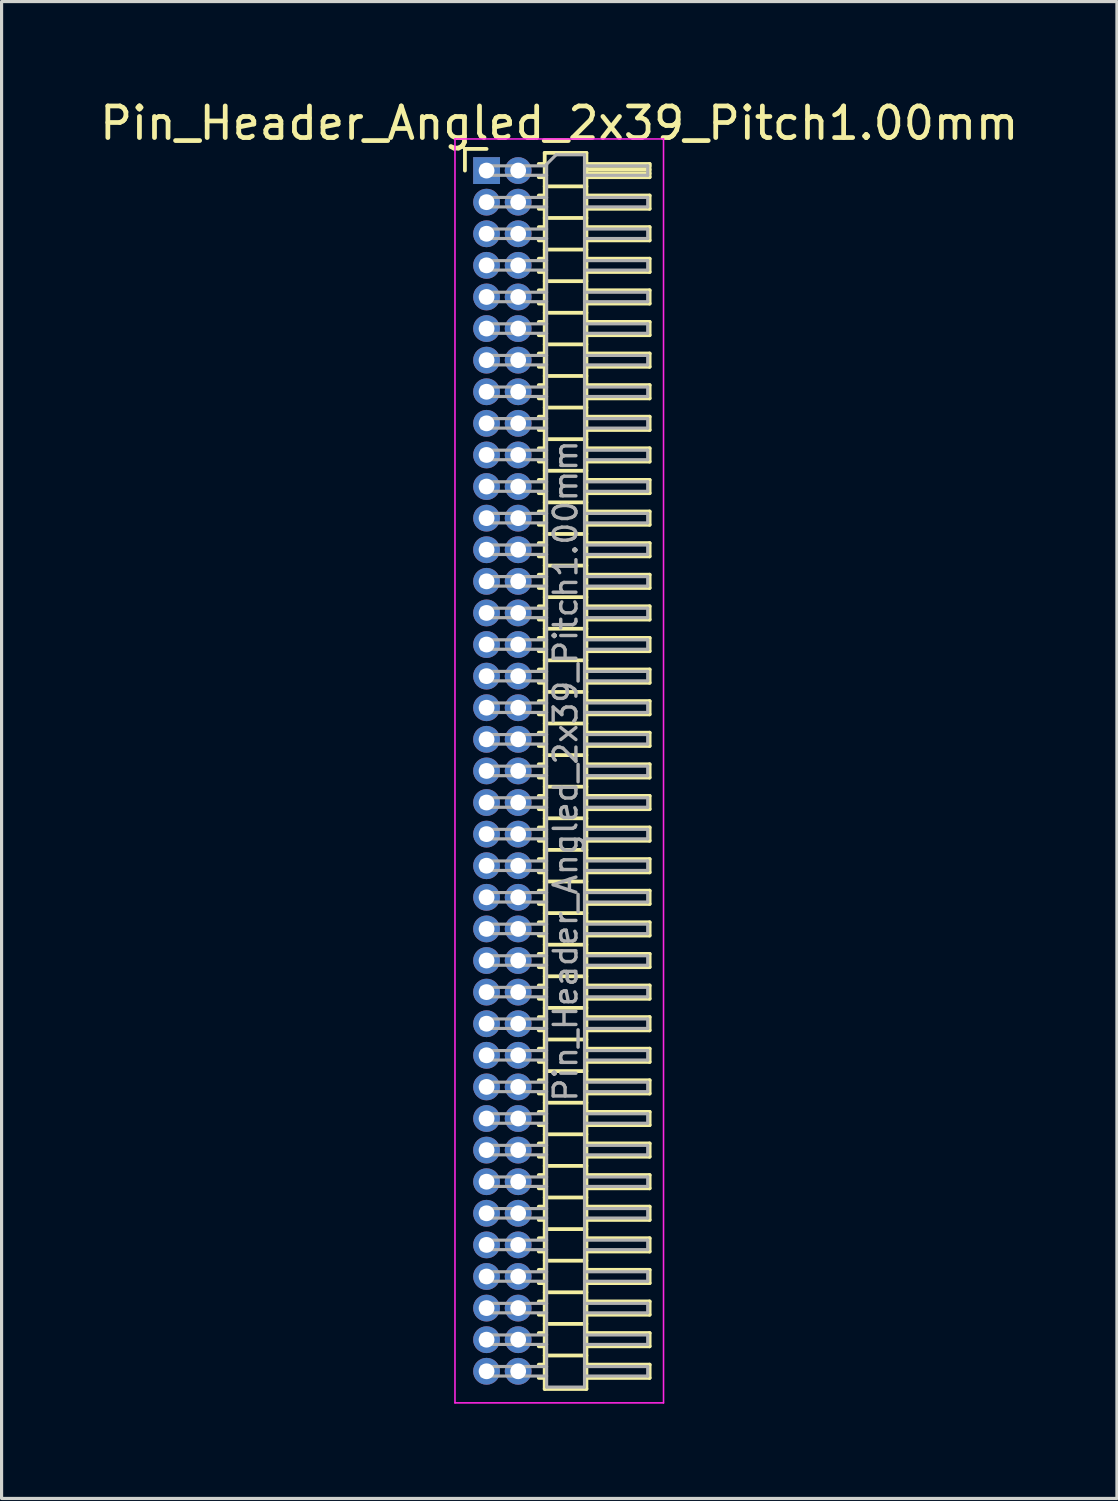
<source format=kicad_pcb>
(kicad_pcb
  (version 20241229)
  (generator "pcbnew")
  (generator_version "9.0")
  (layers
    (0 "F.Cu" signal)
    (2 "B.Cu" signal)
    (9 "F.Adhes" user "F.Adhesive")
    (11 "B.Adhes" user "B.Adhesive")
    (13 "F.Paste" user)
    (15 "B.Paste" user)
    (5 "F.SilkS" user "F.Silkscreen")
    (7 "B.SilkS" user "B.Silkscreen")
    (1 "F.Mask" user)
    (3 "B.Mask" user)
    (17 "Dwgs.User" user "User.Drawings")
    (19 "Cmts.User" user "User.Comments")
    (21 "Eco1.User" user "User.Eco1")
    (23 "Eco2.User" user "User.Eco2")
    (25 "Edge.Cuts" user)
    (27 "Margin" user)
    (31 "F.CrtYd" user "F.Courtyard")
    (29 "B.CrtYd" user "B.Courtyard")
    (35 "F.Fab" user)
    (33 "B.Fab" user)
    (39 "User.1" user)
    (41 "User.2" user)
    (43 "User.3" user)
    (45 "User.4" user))
  (footprint "Pin_Header_Angled_2x39_Pitch1.00mm"
    (layer "F.Cu")
    (at 12.349 2.348)
    (property "Reference" "Pin_Header_Angled_2x39_Pitch1.00mm" (at 2.3 -1.5 0) (layer "F.SilkS") (effects (font (size 1 1) (thickness 0.15))))
    (attr through_hole)
    (fp_line (start -0.685 -0.685) (end 0 -0.685) (stroke (width 0.12) (type solid)) (layer "F.SilkS"))
    (fp_line (start -0.685 0) (end -0.685 -0.685) (stroke (width 0.12) (type solid)) (layer "F.SilkS"))
    (fp_line (start 1.652 -0.21) (end 1.84 -0.21) (stroke (width 0.12) (type solid)) (layer "F.SilkS"))
    (fp_line (start 1.652 0.21) (end 1.84 0.21) (stroke (width 0.12) (type solid)) (layer "F.SilkS"))
    (fp_line (start 1.652 0.79) (end 1.84 0.79) (stroke (width 0.12) (type solid)) (layer "F.SilkS"))
    (fp_line (start 1.652 1.21) (end 1.84 1.21) (stroke (width 0.12) (type solid)) (layer "F.SilkS"))
    (fp_line (start 1.652 1.79) (end 1.84 1.79) (stroke (width 0.12) (type solid)) (layer "F.SilkS"))
    (fp_line (start 1.652 2.21) (end 1.84 2.21) (stroke (width 0.12) (type solid)) (layer "F.SilkS"))
    (fp_line (start 1.652 2.79) (end 1.84 2.79) (stroke (width 0.12) (type solid)) (layer "F.SilkS"))
    (fp_line (start 1.652 3.21) (end 1.84 3.21) (stroke (width 0.12) (type solid)) (layer "F.SilkS"))
    (fp_line (start 1.652 3.79) (end 1.84 3.79) (stroke (width 0.12) (type solid)) (layer "F.SilkS"))
    (fp_line (start 1.652 4.21) (end 1.84 4.21) (stroke (width 0.12) (type solid)) (layer "F.SilkS"))
    (fp_line (start 1.652 4.79) (end 1.84 4.79) (stroke (width 0.12) (type solid)) (layer "F.SilkS"))
    (fp_line (start 1.652 5.21) (end 1.84 5.21) (stroke (width 0.12) (type solid)) (layer "F.SilkS"))
    (fp_line (start 1.652 5.79) (end 1.84 5.79) (stroke (width 0.12) (type solid)) (layer "F.SilkS"))
    (fp_line (start 1.652 6.21) (end 1.84 6.21) (stroke (width 0.12) (type solid)) (layer "F.SilkS"))
    (fp_line (start 1.652 6.79) (end 1.84 6.79) (stroke (width 0.12) (type solid)) (layer "F.SilkS"))
    (fp_line (start 1.652 7.21) (end 1.84 7.21) (stroke (width 0.12) (type solid)) (layer "F.SilkS"))
    (fp_line (start 1.652 7.79) (end 1.84 7.79) (stroke (width 0.12) (type solid)) (layer "F.SilkS"))
    (fp_line (start 1.652 8.21) (end 1.84 8.21) (stroke (width 0.12) (type solid)) (layer "F.SilkS"))
    (fp_line (start 1.652 8.79) (end 1.84 8.79) (stroke (width 0.12) (type solid)) (layer "F.SilkS"))
    (fp_line (start 1.652 9.21) (end 1.84 9.21) (stroke (width 0.12) (type solid)) (layer "F.SilkS"))
    (fp_line (start 1.652 9.79) (end 1.84 9.79) (stroke (width 0.12) (type solid)) (layer "F.SilkS"))
    (fp_line (start 1.652 10.21) (end 1.84 10.21) (stroke (width 0.12) (type solid)) (layer "F.SilkS"))
    (fp_line (start 1.652 10.79) (end 1.84 10.79) (stroke (width 0.12) (type solid)) (layer "F.SilkS"))
    (fp_line (start 1.652 11.21) (end 1.84 11.21) (stroke (width 0.12) (type solid)) (layer "F.SilkS"))
    (fp_line (start 1.652 11.79) (end 1.84 11.79) (stroke (width 0.12) (type solid)) (layer "F.SilkS"))
    (fp_line (start 1.652 12.21) (end 1.84 12.21) (stroke (width 0.12) (type solid)) (layer "F.SilkS"))
    (fp_line (start 1.652 12.79) (end 1.84 12.79) (stroke (width 0.12) (type solid)) (layer "F.SilkS"))
    (fp_line (start 1.652 13.21) (end 1.84 13.21) (stroke (width 0.12) (type solid)) (layer "F.SilkS"))
    (fp_line (start 1.652 13.79) (end 1.84 13.79) (stroke (width 0.12) (type solid)) (layer "F.SilkS"))
    (fp_line (start 1.652 14.21) (end 1.84 14.21) (stroke (width 0.12) (type solid)) (layer "F.SilkS"))
    (fp_line (start 1.652 14.79) (end 1.84 14.79) (stroke (width 0.12) (type solid)) (layer "F.SilkS"))
    (fp_line (start 1.652 15.21) (end 1.84 15.21) (stroke (width 0.12) (type solid)) (layer "F.SilkS"))
    (fp_line (start 1.652 15.79) (end 1.84 15.79) (stroke (width 0.12) (type solid)) (layer "F.SilkS"))
    (fp_line (start 1.652 16.21) (end 1.84 16.21) (stroke (width 0.12) (type solid)) (layer "F.SilkS"))
    (fp_line (start 1.652 16.79) (end 1.84 16.79) (stroke (width 0.12) (type solid)) (layer "F.SilkS"))
    (fp_line (start 1.652 17.21) (end 1.84 17.21) (stroke (width 0.12) (type solid)) (layer "F.SilkS"))
    (fp_line (start 1.652 17.79) (end 1.84 17.79) (stroke (width 0.12) (type solid)) (layer "F.SilkS"))
    (fp_line (start 1.652 18.21) (end 1.84 18.21) (stroke (width 0.12) (type solid)) (layer "F.SilkS"))
    (fp_line (start 1.652 18.79) (end 1.84 18.79) (stroke (width 0.12) (type solid)) (layer "F.SilkS"))
    (fp_line (start 1.652 19.21) (end 1.84 19.21) (stroke (width 0.12) (type solid)) (layer "F.SilkS"))
    (fp_line (start 1.652 19.79) (end 1.84 19.79) (stroke (width 0.12) (type solid)) (layer "F.SilkS"))
    (fp_line (start 1.652 20.21) (end 1.84 20.21) (stroke (width 0.12) (type solid)) (layer "F.SilkS"))
    (fp_line (start 1.652 20.79) (end 1.84 20.79) (stroke (width 0.12) (type solid)) (layer "F.SilkS"))
    (fp_line (start 1.652 21.21) (end 1.84 21.21) (stroke (width 0.12) (type solid)) (layer "F.SilkS"))
    (fp_line (start 1.652 21.79) (end 1.84 21.79) (stroke (width 0.12) (type solid)) (layer "F.SilkS"))
    (fp_line (start 1.652 22.21) (end 1.84 22.21) (stroke (width 0.12) (type solid)) (layer "F.SilkS"))
    (fp_line (start 1.652 22.79) (end 1.84 22.79) (stroke (width 0.12) (type solid)) (layer "F.SilkS"))
    (fp_line (start 1.652 23.21) (end 1.84 23.21) (stroke (width 0.12) (type solid)) (layer "F.SilkS"))
    (fp_line (start 1.652 23.79) (end 1.84 23.79) (stroke (width 0.12) (type solid)) (layer "F.SilkS"))
    (fp_line (start 1.652 24.21) (end 1.84 24.21) (stroke (width 0.12) (type solid)) (layer "F.SilkS"))
    (fp_line (start 1.652 24.79) (end 1.84 24.79) (stroke (width 0.12) (type solid)) (layer "F.SilkS"))
    (fp_line (start 1.652 25.21) (end 1.84 25.21) (stroke (width 0.12) (type solid)) (layer "F.SilkS"))
    (fp_line (start 1.652 25.79) (end 1.84 25.79) (stroke (width 0.12) (type solid)) (layer "F.SilkS"))
    (fp_line (start 1.652 26.21) (end 1.84 26.21) (stroke (width 0.12) (type solid)) (layer "F.SilkS"))
    (fp_line (start 1.652 26.79) (end 1.84 26.79) (stroke (width 0.12) (type solid)) (layer "F.SilkS"))
    (fp_line (start 1.652 27.21) (end 1.84 27.21) (stroke (width 0.12) (type solid)) (layer "F.SilkS"))
    (fp_line (start 1.652 27.79) (end 1.84 27.79) (stroke (width 0.12) (type solid)) (layer "F.SilkS"))
    (fp_line (start 1.652 28.21) (end 1.84 28.21) (stroke (width 0.12) (type solid)) (layer "F.SilkS"))
    (fp_line (start 1.652 28.79) (end 1.84 28.79) (stroke (width 0.12) (type solid)) (layer "F.SilkS"))
    (fp_line (start 1.652 29.21) (end 1.84 29.21) (stroke (width 0.12) (type solid)) (layer "F.SilkS"))
    (fp_line (start 1.652 29.79) (end 1.84 29.79) (stroke (width 0.12) (type solid)) (layer "F.SilkS"))
    (fp_line (start 1.652 30.21) (end 1.84 30.21) (stroke (width 0.12) (type solid)) (layer "F.SilkS"))
    (fp_line (start 1.652 30.79) (end 1.84 30.79) (stroke (width 0.12) (type solid)) (layer "F.SilkS"))
    (fp_line (start 1.652 31.21) (end 1.84 31.21) (stroke (width 0.12) (type solid)) (layer "F.SilkS"))
    (fp_line (start 1.652 31.79) (end 1.84 31.79) (stroke (width 0.12) (type solid)) (layer "F.SilkS"))
    (fp_line (start 1.652 32.21) (end 1.84 32.21) (stroke (width 0.12) (type solid)) (layer "F.SilkS"))
    (fp_line (start 1.652 32.79) (end 1.84 32.79) (stroke (width 0.12) (type solid)) (layer "F.SilkS"))
    (fp_line (start 1.652 33.21) (end 1.84 33.21) (stroke (width 0.12) (type solid)) (layer "F.SilkS"))
    (fp_line (start 1.652 33.79) (end 1.84 33.79) (stroke (width 0.12) (type solid)) (layer "F.SilkS"))
    (fp_line (start 1.652 34.21) (end 1.84 34.21) (stroke (width 0.12) (type solid)) (layer "F.SilkS"))
    (fp_line (start 1.652 34.79) (end 1.84 34.79) (stroke (width 0.12) (type solid)) (layer "F.SilkS"))
    (fp_line (start 1.652 35.21) (end 1.84 35.21) (stroke (width 0.12) (type solid)) (layer "F.SilkS"))
    (fp_line (start 1.652 35.79) (end 1.84 35.79) (stroke (width 0.12) (type solid)) (layer "F.SilkS"))
    (fp_line (start 1.652 36.21) (end 1.84 36.21) (stroke (width 0.12) (type solid)) (layer "F.SilkS"))
    (fp_line (start 1.652 36.79) (end 1.84 36.79) (stroke (width 0.12) (type solid)) (layer "F.SilkS"))
    (fp_line (start 1.652 37.21) (end 1.84 37.21) (stroke (width 0.12) (type solid)) (layer "F.SilkS"))
    (fp_line (start 1.652 37.79) (end 1.84 37.79) (stroke (width 0.12) (type solid)) (layer "F.SilkS"))
    (fp_line (start 1.652 38.21) (end 1.84 38.21) (stroke (width 0.12) (type solid)) (layer "F.SilkS"))
    (fp_line (start 1.84 -0.56) (end 1.84 38.56) (stroke (width 0.12) (type solid)) (layer "F.SilkS"))
    (fp_line (start 1.84 0.5) (end 3.16 0.5) (stroke (width 0.12) (type solid)) (layer "F.SilkS"))
    (fp_line (start 1.84 1.5) (end 3.16 1.5) (stroke (width 0.12) (type solid)) (layer "F.SilkS"))
    (fp_line (start 1.84 2.5) (end 3.16 2.5) (stroke (width 0.12) (type solid)) (layer "F.SilkS"))
    (fp_line (start 1.84 3.5) (end 3.16 3.5) (stroke (width 0.12) (type solid)) (layer "F.SilkS"))
    (fp_line (start 1.84 4.5) (end 3.16 4.5) (stroke (width 0.12) (type solid)) (layer "F.SilkS"))
    (fp_line (start 1.84 5.5) (end 3.16 5.5) (stroke (width 0.12) (type solid)) (layer "F.SilkS"))
    (fp_line (start 1.84 6.5) (end 3.16 6.5) (stroke (width 0.12) (type solid)) (layer "F.SilkS"))
    (fp_line (start 1.84 7.5) (end 3.16 7.5) (stroke (width 0.12) (type solid)) (layer "F.SilkS"))
    (fp_line (start 1.84 8.5) (end 3.16 8.5) (stroke (width 0.12) (type solid)) (layer "F.SilkS"))
    (fp_line (start 1.84 9.5) (end 3.16 9.5) (stroke (width 0.12) (type solid)) (layer "F.SilkS"))
    (fp_line (start 1.84 10.5) (end 3.16 10.5) (stroke (width 0.12) (type solid)) (layer "F.SilkS"))
    (fp_line (start 1.84 11.5) (end 3.16 11.5) (stroke (width 0.12) (type solid)) (layer "F.SilkS"))
    (fp_line (start 1.84 12.5) (end 3.16 12.5) (stroke (width 0.12) (type solid)) (layer "F.SilkS"))
    (fp_line (start 1.84 13.5) (end 3.16 13.5) (stroke (width 0.12) (type solid)) (layer "F.SilkS"))
    (fp_line (start 1.84 14.5) (end 3.16 14.5) (stroke (width 0.12) (type solid)) (layer "F.SilkS"))
    (fp_line (start 1.84 15.5) (end 3.16 15.5) (stroke (width 0.12) (type solid)) (layer "F.SilkS"))
    (fp_line (start 1.84 16.5) (end 3.16 16.5) (stroke (width 0.12) (type solid)) (layer "F.SilkS"))
    (fp_line (start 1.84 17.5) (end 3.16 17.5) (stroke (width 0.12) (type solid)) (layer "F.SilkS"))
    (fp_line (start 1.84 18.5) (end 3.16 18.5) (stroke (width 0.12) (type solid)) (layer "F.SilkS"))
    (fp_line (start 1.84 19.5) (end 3.16 19.5) (stroke (width 0.12) (type solid)) (layer "F.SilkS"))
    (fp_line (start 1.84 20.5) (end 3.16 20.5) (stroke (width 0.12) (type solid)) (layer "F.SilkS"))
    (fp_line (start 1.84 21.5) (end 3.16 21.5) (stroke (width 0.12) (type solid)) (layer "F.SilkS"))
    (fp_line (start 1.84 22.5) (end 3.16 22.5) (stroke (width 0.12) (type solid)) (layer "F.SilkS"))
    (fp_line (start 1.84 23.5) (end 3.16 23.5) (stroke (width 0.12) (type solid)) (layer "F.SilkS"))
    (fp_line (start 1.84 24.5) (end 3.16 24.5) (stroke (width 0.12) (type solid)) (layer "F.SilkS"))
    (fp_line (start 1.84 25.5) (end 3.16 25.5) (stroke (width 0.12) (type solid)) (layer "F.SilkS"))
    (fp_line (start 1.84 26.5) (end 3.16 26.5) (stroke (width 0.12) (type solid)) (layer "F.SilkS"))
    (fp_line (start 1.84 27.5) (end 3.16 27.5) (stroke (width 0.12) (type solid)) (layer "F.SilkS"))
    (fp_line (start 1.84 28.5) (end 3.16 28.5) (stroke (width 0.12) (type solid)) (layer "F.SilkS"))
    (fp_line (start 1.84 29.5) (end 3.16 29.5) (stroke (width 0.12) (type solid)) (layer "F.SilkS"))
    (fp_line (start 1.84 30.5) (end 3.16 30.5) (stroke (width 0.12) (type solid)) (layer "F.SilkS"))
    (fp_line (start 1.84 31.5) (end 3.16 31.5) (stroke (width 0.12) (type solid)) (layer "F.SilkS"))
    (fp_line (start 1.84 32.5) (end 3.16 32.5) (stroke (width 0.12) (type solid)) (layer "F.SilkS"))
    (fp_line (start 1.84 33.5) (end 3.16 33.5) (stroke (width 0.12) (type solid)) (layer "F.SilkS"))
    (fp_line (start 1.84 34.5) (end 3.16 34.5) (stroke (width 0.12) (type solid)) (layer "F.SilkS"))
    (fp_line (start 1.84 35.5) (end 3.16 35.5) (stroke (width 0.12) (type solid)) (layer "F.SilkS"))
    (fp_line (start 1.84 36.5) (end 3.16 36.5) (stroke (width 0.12) (type solid)) (layer "F.SilkS"))
    (fp_line (start 1.84 37.5) (end 3.16 37.5) (stroke (width 0.12) (type solid)) (layer "F.SilkS"))
    (fp_line (start 1.84 38.56) (end 3.16 38.56) (stroke (width 0.12) (type solid)) (layer "F.SilkS"))
    (fp_line (start 3.16 -0.56) (end 1.84 -0.56) (stroke (width 0.12) (type solid)) (layer "F.SilkS"))
    (fp_line (start 3.16 -0.21) (end 5.16 -0.21) (stroke (width 0.12) (type solid)) (layer "F.SilkS"))
    (fp_line (start 3.16 -0.15) (end 5.16 -0.15) (stroke (width 0.12) (type solid)) (layer "F.SilkS"))
    (fp_line (start 3.16 -0.03) (end 5.16 -0.03) (stroke (width 0.12) (type solid)) (layer "F.SilkS"))
    (fp_line (start 3.16 0.09) (end 5.16 0.09) (stroke (width 0.12) (type solid)) (layer "F.SilkS"))
    (fp_line (start 3.16 0.79) (end 5.16 0.79) (stroke (width 0.12) (type solid)) (layer "F.SilkS"))
    (fp_line (start 3.16 1.79) (end 5.16 1.79) (stroke (width 0.12) (type solid)) (layer "F.SilkS"))
    (fp_line (start 3.16 2.79) (end 5.16 2.79) (stroke (width 0.12) (type solid)) (layer "F.SilkS"))
    (fp_line (start 3.16 3.79) (end 5.16 3.79) (stroke (width 0.12) (type solid)) (layer "F.SilkS"))
    (fp_line (start 3.16 4.79) (end 5.16 4.79) (stroke (width 0.12) (type solid)) (layer "F.SilkS"))
    (fp_line (start 3.16 5.79) (end 5.16 5.79) (stroke (width 0.12) (type solid)) (layer "F.SilkS"))
    (fp_line (start 3.16 6.79) (end 5.16 6.79) (stroke (width 0.12) (type solid)) (layer "F.SilkS"))
    (fp_line (start 3.16 7.79) (end 5.16 7.79) (stroke (width 0.12) (type solid)) (layer "F.SilkS"))
    (fp_line (start 3.16 8.79) (end 5.16 8.79) (stroke (width 0.12) (type solid)) (layer "F.SilkS"))
    (fp_line (start 3.16 9.79) (end 5.16 9.79) (stroke (width 0.12) (type solid)) (layer "F.SilkS"))
    (fp_line (start 3.16 10.79) (end 5.16 10.79) (stroke (width 0.12) (type solid)) (layer "F.SilkS"))
    (fp_line (start 3.16 11.79) (end 5.16 11.79) (stroke (width 0.12) (type solid)) (layer "F.SilkS"))
    (fp_line (start 3.16 12.79) (end 5.16 12.79) (stroke (width 0.12) (type solid)) (layer "F.SilkS"))
    (fp_line (start 3.16 13.79) (end 5.16 13.79) (stroke (width 0.12) (type solid)) (layer "F.SilkS"))
    (fp_line (start 3.16 14.79) (end 5.16 14.79) (stroke (width 0.12) (type solid)) (layer "F.SilkS"))
    (fp_line (start 3.16 15.79) (end 5.16 15.79) (stroke (width 0.12) (type solid)) (layer "F.SilkS"))
    (fp_line (start 3.16 16.79) (end 5.16 16.79) (stroke (width 0.12) (type solid)) (layer "F.SilkS"))
    (fp_line (start 3.16 17.79) (end 5.16 17.79) (stroke (width 0.12) (type solid)) (layer "F.SilkS"))
    (fp_line (start 3.16 18.79) (end 5.16 18.79) (stroke (width 0.12) (type solid)) (layer "F.SilkS"))
    (fp_line (start 3.16 19.79) (end 5.16 19.79) (stroke (width 0.12) (type solid)) (layer "F.SilkS"))
    (fp_line (start 3.16 20.79) (end 5.16 20.79) (stroke (width 0.12) (type solid)) (layer "F.SilkS"))
    (fp_line (start 3.16 21.79) (end 5.16 21.79) (stroke (width 0.12) (type solid)) (layer "F.SilkS"))
    (fp_line (start 3.16 22.79) (end 5.16 22.79) (stroke (width 0.12) (type solid)) (layer "F.SilkS"))
    (fp_line (start 3.16 23.79) (end 5.16 23.79) (stroke (width 0.12) (type solid)) (layer "F.SilkS"))
    (fp_line (start 3.16 24.79) (end 5.16 24.79) (stroke (width 0.12) (type solid)) (layer "F.SilkS"))
    (fp_line (start 3.16 25.79) (end 5.16 25.79) (stroke (width 0.12) (type solid)) (layer "F.SilkS"))
    (fp_line (start 3.16 26.79) (end 5.16 26.79) (stroke (width 0.12) (type solid)) (layer "F.SilkS"))
    (fp_line (start 3.16 27.79) (end 5.16 27.79) (stroke (width 0.12) (type solid)) (layer "F.SilkS"))
    (fp_line (start 3.16 28.79) (end 5.16 28.79) (stroke (width 0.12) (type solid)) (layer "F.SilkS"))
    (fp_line (start 3.16 29.79) (end 5.16 29.79) (stroke (width 0.12) (type solid)) (layer "F.SilkS"))
    (fp_line (start 3.16 30.79) (end 5.16 30.79) (stroke (width 0.12) (type solid)) (layer "F.SilkS"))
    (fp_line (start 3.16 31.79) (end 5.16 31.79) (stroke (width 0.12) (type solid)) (layer "F.SilkS"))
    (fp_line (start 3.16 32.79) (end 5.16 32.79) (stroke (width 0.12) (type solid)) (layer "F.SilkS"))
    (fp_line (start 3.16 33.79) (end 5.16 33.79) (stroke (width 0.12) (type solid)) (layer "F.SilkS"))
    (fp_line (start 3.16 34.79) (end 5.16 34.79) (stroke (width 0.12) (type solid)) (layer "F.SilkS"))
    (fp_line (start 3.16 35.79) (end 5.16 35.79) (stroke (width 0.12) (type solid)) (layer "F.SilkS"))
    (fp_line (start 3.16 36.79) (end 5.16 36.79) (stroke (width 0.12) (type solid)) (layer "F.SilkS"))
    (fp_line (start 3.16 37.79) (end 5.16 37.79) (stroke (width 0.12) (type solid)) (layer "F.SilkS"))
    (fp_line (start 3.16 38.56) (end 3.16 -0.56) (stroke (width 0.12) (type solid)) (layer "F.SilkS"))
    (fp_line (start 5.16 -0.21) (end 5.16 0.21) (stroke (width 0.12) (type solid)) (layer "F.SilkS"))
    (fp_line (start 5.16 0.21) (end 3.16 0.21) (stroke (width 0.12) (type solid)) (layer "F.SilkS"))
    (fp_line (start 5.16 0.79) (end 5.16 1.21) (stroke (width 0.12) (type solid)) (layer "F.SilkS"))
    (fp_line (start 5.16 1.21) (end 3.16 1.21) (stroke (width 0.12) (type solid)) (layer "F.SilkS"))
    (fp_line (start 5.16 1.79) (end 5.16 2.21) (stroke (width 0.12) (type solid)) (layer "F.SilkS"))
    (fp_line (start 5.16 2.21) (end 3.16 2.21) (stroke (width 0.12) (type solid)) (layer "F.SilkS"))
    (fp_line (start 5.16 2.79) (end 5.16 3.21) (stroke (width 0.12) (type solid)) (layer "F.SilkS"))
    (fp_line (start 5.16 3.21) (end 3.16 3.21) (stroke (width 0.12) (type solid)) (layer "F.SilkS"))
    (fp_line (start 5.16 3.79) (end 5.16 4.21) (stroke (width 0.12) (type solid)) (layer "F.SilkS"))
    (fp_line (start 5.16 4.21) (end 3.16 4.21) (stroke (width 0.12) (type solid)) (layer "F.SilkS"))
    (fp_line (start 5.16 4.79) (end 5.16 5.21) (stroke (width 0.12) (type solid)) (layer "F.SilkS"))
    (fp_line (start 5.16 5.21) (end 3.16 5.21) (stroke (width 0.12) (type solid)) (layer "F.SilkS"))
    (fp_line (start 5.16 5.79) (end 5.16 6.21) (stroke (width 0.12) (type solid)) (layer "F.SilkS"))
    (fp_line (start 5.16 6.21) (end 3.16 6.21) (stroke (width 0.12) (type solid)) (layer "F.SilkS"))
    (fp_line (start 5.16 6.79) (end 5.16 7.21) (stroke (width 0.12) (type solid)) (layer "F.SilkS"))
    (fp_line (start 5.16 7.21) (end 3.16 7.21) (stroke (width 0.12) (type solid)) (layer "F.SilkS"))
    (fp_line (start 5.16 7.79) (end 5.16 8.21) (stroke (width 0.12) (type solid)) (layer "F.SilkS"))
    (fp_line (start 5.16 8.21) (end 3.16 8.21) (stroke (width 0.12) (type solid)) (layer "F.SilkS"))
    (fp_line (start 5.16 8.79) (end 5.16 9.21) (stroke (width 0.12) (type solid)) (layer "F.SilkS"))
    (fp_line (start 5.16 9.21) (end 3.16 9.21) (stroke (width 0.12) (type solid)) (layer "F.SilkS"))
    (fp_line (start 5.16 9.79) (end 5.16 10.21) (stroke (width 0.12) (type solid)) (layer "F.SilkS"))
    (fp_line (start 5.16 10.21) (end 3.16 10.21) (stroke (width 0.12) (type solid)) (layer "F.SilkS"))
    (fp_line (start 5.16 10.79) (end 5.16 11.21) (stroke (width 0.12) (type solid)) (layer "F.SilkS"))
    (fp_line (start 5.16 11.21) (end 3.16 11.21) (stroke (width 0.12) (type solid)) (layer "F.SilkS"))
    (fp_line (start 5.16 11.79) (end 5.16 12.21) (stroke (width 0.12) (type solid)) (layer "F.SilkS"))
    (fp_line (start 5.16 12.21) (end 3.16 12.21) (stroke (width 0.12) (type solid)) (layer "F.SilkS"))
    (fp_line (start 5.16 12.79) (end 5.16 13.21) (stroke (width 0.12) (type solid)) (layer "F.SilkS"))
    (fp_line (start 5.16 13.21) (end 3.16 13.21) (stroke (width 0.12) (type solid)) (layer "F.SilkS"))
    (fp_line (start 5.16 13.79) (end 5.16 14.21) (stroke (width 0.12) (type solid)) (layer "F.SilkS"))
    (fp_line (start 5.16 14.21) (end 3.16 14.21) (stroke (width 0.12) (type solid)) (layer "F.SilkS"))
    (fp_line (start 5.16 14.79) (end 5.16 15.21) (stroke (width 0.12) (type solid)) (layer "F.SilkS"))
    (fp_line (start 5.16 15.21) (end 3.16 15.21) (stroke (width 0.12) (type solid)) (layer "F.SilkS"))
    (fp_line (start 5.16 15.79) (end 5.16 16.21) (stroke (width 0.12) (type solid)) (layer "F.SilkS"))
    (fp_line (start 5.16 16.21) (end 3.16 16.21) (stroke (width 0.12) (type solid)) (layer "F.SilkS"))
    (fp_line (start 5.16 16.79) (end 5.16 17.21) (stroke (width 0.12) (type solid)) (layer "F.SilkS"))
    (fp_line (start 5.16 17.21) (end 3.16 17.21) (stroke (width 0.12) (type solid)) (layer "F.SilkS"))
    (fp_line (start 5.16 17.79) (end 5.16 18.21) (stroke (width 0.12) (type solid)) (layer "F.SilkS"))
    (fp_line (start 5.16 18.21) (end 3.16 18.21) (stroke (width 0.12) (type solid)) (layer "F.SilkS"))
    (fp_line (start 5.16 18.79) (end 5.16 19.21) (stroke (width 0.12) (type solid)) (layer "F.SilkS"))
    (fp_line (start 5.16 19.21) (end 3.16 19.21) (stroke (width 0.12) (type solid)) (layer "F.SilkS"))
    (fp_line (start 5.16 19.79) (end 5.16 20.21) (stroke (width 0.12) (type solid)) (layer "F.SilkS"))
    (fp_line (start 5.16 20.21) (end 3.16 20.21) (stroke (width 0.12) (type solid)) (layer "F.SilkS"))
    (fp_line (start 5.16 20.79) (end 5.16 21.21) (stroke (width 0.12) (type solid)) (layer "F.SilkS"))
    (fp_line (start 5.16 21.21) (end 3.16 21.21) (stroke (width 0.12) (type solid)) (layer "F.SilkS"))
    (fp_line (start 5.16 21.79) (end 5.16 22.21) (stroke (width 0.12) (type solid)) (layer "F.SilkS"))
    (fp_line (start 5.16 22.21) (end 3.16 22.21) (stroke (width 0.12) (type solid)) (layer "F.SilkS"))
    (fp_line (start 5.16 22.79) (end 5.16 23.21) (stroke (width 0.12) (type solid)) (layer "F.SilkS"))
    (fp_line (start 5.16 23.21) (end 3.16 23.21) (stroke (width 0.12) (type solid)) (layer "F.SilkS"))
    (fp_line (start 5.16 23.79) (end 5.16 24.21) (stroke (width 0.12) (type solid)) (layer "F.SilkS"))
    (fp_line (start 5.16 24.21) (end 3.16 24.21) (stroke (width 0.12) (type solid)) (layer "F.SilkS"))
    (fp_line (start 5.16 24.79) (end 5.16 25.21) (stroke (width 0.12) (type solid)) (layer "F.SilkS"))
    (fp_line (start 5.16 25.21) (end 3.16 25.21) (stroke (width 0.12) (type solid)) (layer "F.SilkS"))
    (fp_line (start 5.16 25.79) (end 5.16 26.21) (stroke (width 0.12) (type solid)) (layer "F.SilkS"))
    (fp_line (start 5.16 26.21) (end 3.16 26.21) (stroke (width 0.12) (type solid)) (layer "F.SilkS"))
    (fp_line (start 5.16 26.79) (end 5.16 27.21) (stroke (width 0.12) (type solid)) (layer "F.SilkS"))
    (fp_line (start 5.16 27.21) (end 3.16 27.21) (stroke (width 0.12) (type solid)) (layer "F.SilkS"))
    (fp_line (start 5.16 27.79) (end 5.16 28.21) (stroke (width 0.12) (type solid)) (layer "F.SilkS"))
    (fp_line (start 5.16 28.21) (end 3.16 28.21) (stroke (width 0.12) (type solid)) (layer "F.SilkS"))
    (fp_line (start 5.16 28.79) (end 5.16 29.21) (stroke (width 0.12) (type solid)) (layer "F.SilkS"))
    (fp_line (start 5.16 29.21) (end 3.16 29.21) (stroke (width 0.12) (type solid)) (layer "F.SilkS"))
    (fp_line (start 5.16 29.79) (end 5.16 30.21) (stroke (width 0.12) (type solid)) (layer "F.SilkS"))
    (fp_line (start 5.16 30.21) (end 3.16 30.21) (stroke (width 0.12) (type solid)) (layer "F.SilkS"))
    (fp_line (start 5.16 30.79) (end 5.16 31.21) (stroke (width 0.12) (type solid)) (layer "F.SilkS"))
    (fp_line (start 5.16 31.21) (end 3.16 31.21) (stroke (width 0.12) (type solid)) (layer "F.SilkS"))
    (fp_line (start 5.16 31.79) (end 5.16 32.21) (stroke (width 0.12) (type solid)) (layer "F.SilkS"))
    (fp_line (start 5.16 32.21) (end 3.16 32.21) (stroke (width 0.12) (type solid)) (layer "F.SilkS"))
    (fp_line (start 5.16 32.79) (end 5.16 33.21) (stroke (width 0.12) (type solid)) (layer "F.SilkS"))
    (fp_line (start 5.16 33.21) (end 3.16 33.21) (stroke (width 0.12) (type solid)) (layer "F.SilkS"))
    (fp_line (start 5.16 33.79) (end 5.16 34.21) (stroke (width 0.12) (type solid)) (layer "F.SilkS"))
    (fp_line (start 5.16 34.21) (end 3.16 34.21) (stroke (width 0.12) (type solid)) (layer "F.SilkS"))
    (fp_line (start 5.16 34.79) (end 5.16 35.21) (stroke (width 0.12) (type solid)) (layer "F.SilkS"))
    (fp_line (start 5.16 35.21) (end 3.16 35.21) (stroke (width 0.12) (type solid)) (layer "F.SilkS"))
    (fp_line (start 5.16 35.79) (end 5.16 36.21) (stroke (width 0.12) (type solid)) (layer "F.SilkS"))
    (fp_line (start 5.16 36.21) (end 3.16 36.21) (stroke (width 0.12) (type solid)) (layer "F.SilkS"))
    (fp_line (start 5.16 36.79) (end 5.16 37.21) (stroke (width 0.12) (type solid)) (layer "F.SilkS"))
    (fp_line (start 5.16 37.21) (end 3.16 37.21) (stroke (width 0.12) (type solid)) (layer "F.SilkS"))
    (fp_line (start 5.16 37.79) (end 5.16 38.21) (stroke (width 0.12) (type solid)) (layer "F.SilkS"))
    (fp_line (start 5.16 38.21) (end 3.16 38.21) (stroke (width 0.12) (type solid)) (layer "F.SilkS"))
    (fp_line (start -1 -1) (end -1 39) (stroke (width 0.05) (type solid)) (layer "F.CrtYd"))
    (fp_line (start -1 39) (end 5.6 39) (stroke (width 0.05) (type solid)) (layer "F.CrtYd"))
    (fp_line (start 5.6 -1) (end -1 -1) (stroke (width 0.05) (type solid)) (layer "F.CrtYd"))
    (fp_line (start 5.6 39) (end 5.6 -1) (stroke (width 0.05) (type solid)) (layer "F.CrtYd"))
    (fp_line (start -0.15 -0.15) (end -0.15 0.15) (stroke (width 0.1) (type solid)) (layer "F.Fab"))
    (fp_line (start -0.15 -0.15) (end 1.9 -0.15) (stroke (width 0.1) (type solid)) (layer "F.Fab"))
    (fp_line (start -0.15 0.15) (end 1.9 0.15) (stroke (width 0.1) (type solid)) (layer "F.Fab"))
    (fp_line (start -0.15 0.85) (end -0.15 1.15) (stroke (width 0.1) (type solid)) (layer "F.Fab"))
    (fp_line (start -0.15 0.85) (end 1.9 0.85) (stroke (width 0.1) (type solid)) (layer "F.Fab"))
    (fp_line (start -0.15 1.15) (end 1.9 1.15) (stroke (width 0.1) (type solid)) (layer "F.Fab"))
    (fp_line (start -0.15 1.85) (end -0.15 2.15) (stroke (width 0.1) (type solid)) (layer "F.Fab"))
    (fp_line (start -0.15 1.85) (end 1.9 1.85) (stroke (width 0.1) (type solid)) (layer "F.Fab"))
    (fp_line (start -0.15 2.15) (end 1.9 2.15) (stroke (width 0.1) (type solid)) (layer "F.Fab"))
    (fp_line (start -0.15 2.85) (end -0.15 3.15) (stroke (width 0.1) (type solid)) (layer "F.Fab"))
    (fp_line (start -0.15 2.85) (end 1.9 2.85) (stroke (width 0.1) (type solid)) (layer "F.Fab"))
    (fp_line (start -0.15 3.15) (end 1.9 3.15) (stroke (width 0.1) (type solid)) (layer "F.Fab"))
    (fp_line (start -0.15 3.85) (end -0.15 4.15) (stroke (width 0.1) (type solid)) (layer "F.Fab"))
    (fp_line (start -0.15 3.85) (end 1.9 3.85) (stroke (width 0.1) (type solid)) (layer "F.Fab"))
    (fp_line (start -0.15 4.15) (end 1.9 4.15) (stroke (width 0.1) (type solid)) (layer "F.Fab"))
    (fp_line (start -0.15 4.85) (end -0.15 5.15) (stroke (width 0.1) (type solid)) (layer "F.Fab"))
    (fp_line (start -0.15 4.85) (end 1.9 4.85) (stroke (width 0.1) (type solid)) (layer "F.Fab"))
    (fp_line (start -0.15 5.15) (end 1.9 5.15) (stroke (width 0.1) (type solid)) (layer "F.Fab"))
    (fp_line (start -0.15 5.85) (end -0.15 6.15) (stroke (width 0.1) (type solid)) (layer "F.Fab"))
    (fp_line (start -0.15 5.85) (end 1.9 5.85) (stroke (width 0.1) (type solid)) (layer "F.Fab"))
    (fp_line (start -0.15 6.15) (end 1.9 6.15) (stroke (width 0.1) (type solid)) (layer "F.Fab"))
    (fp_line (start -0.15 6.85) (end -0.15 7.15) (stroke (width 0.1) (type solid)) (layer "F.Fab"))
    (fp_line (start -0.15 6.85) (end 1.9 6.85) (stroke (width 0.1) (type solid)) (layer "F.Fab"))
    (fp_line (start -0.15 7.15) (end 1.9 7.15) (stroke (width 0.1) (type solid)) (layer "F.Fab"))
    (fp_line (start -0.15 7.85) (end -0.15 8.15) (stroke (width 0.1) (type solid)) (layer "F.Fab"))
    (fp_line (start -0.15 7.85) (end 1.9 7.85) (stroke (width 0.1) (type solid)) (layer "F.Fab"))
    (fp_line (start -0.15 8.15) (end 1.9 8.15) (stroke (width 0.1) (type solid)) (layer "F.Fab"))
    (fp_line (start -0.15 8.85) (end -0.15 9.15) (stroke (width 0.1) (type solid)) (layer "F.Fab"))
    (fp_line (start -0.15 8.85) (end 1.9 8.85) (stroke (width 0.1) (type solid)) (layer "F.Fab"))
    (fp_line (start -0.15 9.15) (end 1.9 9.15) (stroke (width 0.1) (type solid)) (layer "F.Fab"))
    (fp_line (start -0.15 9.85) (end -0.15 10.15) (stroke (width 0.1) (type solid)) (layer "F.Fab"))
    (fp_line (start -0.15 9.85) (end 1.9 9.85) (stroke (width 0.1) (type solid)) (layer "F.Fab"))
    (fp_line (start -0.15 10.15) (end 1.9 10.15) (stroke (width 0.1) (type solid)) (layer "F.Fab"))
    (fp_line (start -0.15 10.85) (end -0.15 11.15) (stroke (width 0.1) (type solid)) (layer "F.Fab"))
    (fp_line (start -0.15 10.85) (end 1.9 10.85) (stroke (width 0.1) (type solid)) (layer "F.Fab"))
    (fp_line (start -0.15 11.15) (end 1.9 11.15) (stroke (width 0.1) (type solid)) (layer "F.Fab"))
    (fp_line (start -0.15 11.85) (end -0.15 12.15) (stroke (width 0.1) (type solid)) (layer "F.Fab"))
    (fp_line (start -0.15 11.85) (end 1.9 11.85) (stroke (width 0.1) (type solid)) (layer "F.Fab"))
    (fp_line (start -0.15 12.15) (end 1.9 12.15) (stroke (width 0.1) (type solid)) (layer "F.Fab"))
    (fp_line (start -0.15 12.85) (end -0.15 13.15) (stroke (width 0.1) (type solid)) (layer "F.Fab"))
    (fp_line (start -0.15 12.85) (end 1.9 12.85) (stroke (width 0.1) (type solid)) (layer "F.Fab"))
    (fp_line (start -0.15 13.15) (end 1.9 13.15) (stroke (width 0.1) (type solid)) (layer "F.Fab"))
    (fp_line (start -0.15 13.85) (end -0.15 14.15) (stroke (width 0.1) (type solid)) (layer "F.Fab"))
    (fp_line (start -0.15 13.85) (end 1.9 13.85) (stroke (width 0.1) (type solid)) (layer "F.Fab"))
    (fp_line (start -0.15 14.15) (end 1.9 14.15) (stroke (width 0.1) (type solid)) (layer "F.Fab"))
    (fp_line (start -0.15 14.85) (end -0.15 15.15) (stroke (width 0.1) (type solid)) (layer "F.Fab"))
    (fp_line (start -0.15 14.85) (end 1.9 14.85) (stroke (width 0.1) (type solid)) (layer "F.Fab"))
    (fp_line (start -0.15 15.15) (end 1.9 15.15) (stroke (width 0.1) (type solid)) (layer "F.Fab"))
    (fp_line (start -0.15 15.85) (end -0.15 16.15) (stroke (width 0.1) (type solid)) (layer "F.Fab"))
    (fp_line (start -0.15 15.85) (end 1.9 15.85) (stroke (width 0.1) (type solid)) (layer "F.Fab"))
    (fp_line (start -0.15 16.15) (end 1.9 16.15) (stroke (width 0.1) (type solid)) (layer "F.Fab"))
    (fp_line (start -0.15 16.85) (end -0.15 17.15) (stroke (width 0.1) (type solid)) (layer "F.Fab"))
    (fp_line (start -0.15 16.85) (end 1.9 16.85) (stroke (width 0.1) (type solid)) (layer "F.Fab"))
    (fp_line (start -0.15 17.15) (end 1.9 17.15) (stroke (width 0.1) (type solid)) (layer "F.Fab"))
    (fp_line (start -0.15 17.85) (end -0.15 18.15) (stroke (width 0.1) (type solid)) (layer "F.Fab"))
    (fp_line (start -0.15 17.85) (end 1.9 17.85) (stroke (width 0.1) (type solid)) (layer "F.Fab"))
    (fp_line (start -0.15 18.15) (end 1.9 18.15) (stroke (width 0.1) (type solid)) (layer "F.Fab"))
    (fp_line (start -0.15 18.85) (end -0.15 19.15) (stroke (width 0.1) (type solid)) (layer "F.Fab"))
    (fp_line (start -0.15 18.85) (end 1.9 18.85) (stroke (width 0.1) (type solid)) (layer "F.Fab"))
    (fp_line (start -0.15 19.15) (end 1.9 19.15) (stroke (width 0.1) (type solid)) (layer "F.Fab"))
    (fp_line (start -0.15 19.85) (end -0.15 20.15) (stroke (width 0.1) (type solid)) (layer "F.Fab"))
    (fp_line (start -0.15 19.85) (end 1.9 19.85) (stroke (width 0.1) (type solid)) (layer "F.Fab"))
    (fp_line (start -0.15 20.15) (end 1.9 20.15) (stroke (width 0.1) (type solid)) (layer "F.Fab"))
    (fp_line (start -0.15 20.85) (end -0.15 21.15) (stroke (width 0.1) (type solid)) (layer "F.Fab"))
    (fp_line (start -0.15 20.85) (end 1.9 20.85) (stroke (width 0.1) (type solid)) (layer "F.Fab"))
    (fp_line (start -0.15 21.15) (end 1.9 21.15) (stroke (width 0.1) (type solid)) (layer "F.Fab"))
    (fp_line (start -0.15 21.85) (end -0.15 22.15) (stroke (width 0.1) (type solid)) (layer "F.Fab"))
    (fp_line (start -0.15 21.85) (end 1.9 21.85) (stroke (width 0.1) (type solid)) (layer "F.Fab"))
    (fp_line (start -0.15 22.15) (end 1.9 22.15) (stroke (width 0.1) (type solid)) (layer "F.Fab"))
    (fp_line (start -0.15 22.85) (end -0.15 23.15) (stroke (width 0.1) (type solid)) (layer "F.Fab"))
    (fp_line (start -0.15 22.85) (end 1.9 22.85) (stroke (width 0.1) (type solid)) (layer "F.Fab"))
    (fp_line (start -0.15 23.15) (end 1.9 23.15) (stroke (width 0.1) (type solid)) (layer "F.Fab"))
    (fp_line (start -0.15 23.85) (end -0.15 24.15) (stroke (width 0.1) (type solid)) (layer "F.Fab"))
    (fp_line (start -0.15 23.85) (end 1.9 23.85) (stroke (width 0.1) (type solid)) (layer "F.Fab"))
    (fp_line (start -0.15 24.15) (end 1.9 24.15) (stroke (width 0.1) (type solid)) (layer "F.Fab"))
    (fp_line (start -0.15 24.85) (end -0.15 25.15) (stroke (width 0.1) (type solid)) (layer "F.Fab"))
    (fp_line (start -0.15 24.85) (end 1.9 24.85) (stroke (width 0.1) (type solid)) (layer "F.Fab"))
    (fp_line (start -0.15 25.15) (end 1.9 25.15) (stroke (width 0.1) (type solid)) (layer "F.Fab"))
    (fp_line (start -0.15 25.85) (end -0.15 26.15) (stroke (width 0.1) (type solid)) (layer "F.Fab"))
    (fp_line (start -0.15 25.85) (end 1.9 25.85) (stroke (width 0.1) (type solid)) (layer "F.Fab"))
    (fp_line (start -0.15 26.15) (end 1.9 26.15) (stroke (width 0.1) (type solid)) (layer "F.Fab"))
    (fp_line (start -0.15 26.85) (end -0.15 27.15) (stroke (width 0.1) (type solid)) (layer "F.Fab"))
    (fp_line (start -0.15 26.85) (end 1.9 26.85) (stroke (width 0.1) (type solid)) (layer "F.Fab"))
    (fp_line (start -0.15 27.15) (end 1.9 27.15) (stroke (width 0.1) (type solid)) (layer "F.Fab"))
    (fp_line (start -0.15 27.85) (end -0.15 28.15) (stroke (width 0.1) (type solid)) (layer "F.Fab"))
    (fp_line (start -0.15 27.85) (end 1.9 27.85) (stroke (width 0.1) (type solid)) (layer "F.Fab"))
    (fp_line (start -0.15 28.15) (end 1.9 28.15) (stroke (width 0.1) (type solid)) (layer "F.Fab"))
    (fp_line (start -0.15 28.85) (end -0.15 29.15) (stroke (width 0.1) (type solid)) (layer "F.Fab"))
    (fp_line (start -0.15 28.85) (end 1.9 28.85) (stroke (width 0.1) (type solid)) (layer "F.Fab"))
    (fp_line (start -0.15 29.15) (end 1.9 29.15) (stroke (width 0.1) (type solid)) (layer "F.Fab"))
    (fp_line (start -0.15 29.85) (end -0.15 30.15) (stroke (width 0.1) (type solid)) (layer "F.Fab"))
    (fp_line (start -0.15 29.85) (end 1.9 29.85) (stroke (width 0.1) (type solid)) (layer "F.Fab"))
    (fp_line (start -0.15 30.15) (end 1.9 30.15) (stroke (width 0.1) (type solid)) (layer "F.Fab"))
    (fp_line (start -0.15 30.85) (end -0.15 31.15) (stroke (width 0.1) (type solid)) (layer "F.Fab"))
    (fp_line (start -0.15 30.85) (end 1.9 30.85) (stroke (width 0.1) (type solid)) (layer "F.Fab"))
    (fp_line (start -0.15 31.15) (end 1.9 31.15) (stroke (width 0.1) (type solid)) (layer "F.Fab"))
    (fp_line (start -0.15 31.85) (end -0.15 32.15) (stroke (width 0.1) (type solid)) (layer "F.Fab"))
    (fp_line (start -0.15 31.85) (end 1.9 31.85) (stroke (width 0.1) (type solid)) (layer "F.Fab"))
    (fp_line (start -0.15 32.15) (end 1.9 32.15) (stroke (width 0.1) (type solid)) (layer "F.Fab"))
    (fp_line (start -0.15 32.85) (end -0.15 33.15) (stroke (width 0.1) (type solid)) (layer "F.Fab"))
    (fp_line (start -0.15 32.85) (end 1.9 32.85) (stroke (width 0.1) (type solid)) (layer "F.Fab"))
    (fp_line (start -0.15 33.15) (end 1.9 33.15) (stroke (width 0.1) (type solid)) (layer "F.Fab"))
    (fp_line (start -0.15 33.85) (end -0.15 34.15) (stroke (width 0.1) (type solid)) (layer "F.Fab"))
    (fp_line (start -0.15 33.85) (end 1.9 33.85) (stroke (width 0.1) (type solid)) (layer "F.Fab"))
    (fp_line (start -0.15 34.15) (end 1.9 34.15) (stroke (width 0.1) (type solid)) (layer "F.Fab"))
    (fp_line (start -0.15 34.85) (end -0.15 35.15) (stroke (width 0.1) (type solid)) (layer "F.Fab"))
    (fp_line (start -0.15 34.85) (end 1.9 34.85) (stroke (width 0.1) (type solid)) (layer "F.Fab"))
    (fp_line (start -0.15 35.15) (end 1.9 35.15) (stroke (width 0.1) (type solid)) (layer "F.Fab"))
    (fp_line (start -0.15 35.85) (end -0.15 36.15) (stroke (width 0.1) (type solid)) (layer "F.Fab"))
    (fp_line (start -0.15 35.85) (end 1.9 35.85) (stroke (width 0.1) (type solid)) (layer "F.Fab"))
    (fp_line (start -0.15 36.15) (end 1.9 36.15) (stroke (width 0.1) (type solid)) (layer "F.Fab"))
    (fp_line (start -0.15 36.85) (end -0.15 37.15) (stroke (width 0.1) (type solid)) (layer "F.Fab"))
    (fp_line (start -0.15 36.85) (end 1.9 36.85) (stroke (width 0.1) (type solid)) (layer "F.Fab"))
    (fp_line (start -0.15 37.15) (end 1.9 37.15) (stroke (width 0.1) (type solid)) (layer "F.Fab"))
    (fp_line (start -0.15 37.85) (end -0.15 38.15) (stroke (width 0.1) (type solid)) (layer "F.Fab"))
    (fp_line (start -0.15 37.85) (end 1.9 37.85) (stroke (width 0.1) (type solid)) (layer "F.Fab"))
    (fp_line (start -0.15 38.15) (end 1.9 38.15) (stroke (width 0.1) (type solid)) (layer "F.Fab"))
    (fp_line (start 1.9 -0.2) (end 2.2 -0.5) (stroke (width 0.1) (type solid)) (layer "F.Fab"))
    (fp_line (start 1.9 38.5) (end 1.9 -0.2) (stroke (width 0.1) (type solid)) (layer "F.Fab"))
    (fp_line (start 2.2 -0.5) (end 3.1 -0.5) (stroke (width 0.1) (type solid)) (layer "F.Fab"))
    (fp_line (start 3.1 -0.5) (end 3.1 38.5) (stroke (width 0.1) (type solid)) (layer "F.Fab"))
    (fp_line (start 3.1 -0.15) (end 5.1 -0.15) (stroke (width 0.1) (type solid)) (layer "F.Fab"))
    (fp_line (start 3.1 0.15) (end 5.1 0.15) (stroke (width 0.1) (type solid)) (layer "F.Fab"))
    (fp_line (start 3.1 0.85) (end 5.1 0.85) (stroke (width 0.1) (type solid)) (layer "F.Fab"))
    (fp_line (start 3.1 1.15) (end 5.1 1.15) (stroke (width 0.1) (type solid)) (layer "F.Fab"))
    (fp_line (start 3.1 1.85) (end 5.1 1.85) (stroke (width 0.1) (type solid)) (layer "F.Fab"))
    (fp_line (start 3.1 2.15) (end 5.1 2.15) (stroke (width 0.1) (type solid)) (layer "F.Fab"))
    (fp_line (start 3.1 2.85) (end 5.1 2.85) (stroke (width 0.1) (type solid)) (layer "F.Fab"))
    (fp_line (start 3.1 3.15) (end 5.1 3.15) (stroke (width 0.1) (type solid)) (layer "F.Fab"))
    (fp_line (start 3.1 3.85) (end 5.1 3.85) (stroke (width 0.1) (type solid)) (layer "F.Fab"))
    (fp_line (start 3.1 4.15) (end 5.1 4.15) (stroke (width 0.1) (type solid)) (layer "F.Fab"))
    (fp_line (start 3.1 4.85) (end 5.1 4.85) (stroke (width 0.1) (type solid)) (layer "F.Fab"))
    (fp_line (start 3.1 5.15) (end 5.1 5.15) (stroke (width 0.1) (type solid)) (layer "F.Fab"))
    (fp_line (start 3.1 5.85) (end 5.1 5.85) (stroke (width 0.1) (type solid)) (layer "F.Fab"))
    (fp_line (start 3.1 6.15) (end 5.1 6.15) (stroke (width 0.1) (type solid)) (layer "F.Fab"))
    (fp_line (start 3.1 6.85) (end 5.1 6.85) (stroke (width 0.1) (type solid)) (layer "F.Fab"))
    (fp_line (start 3.1 7.15) (end 5.1 7.15) (stroke (width 0.1) (type solid)) (layer "F.Fab"))
    (fp_line (start 3.1 7.85) (end 5.1 7.85) (stroke (width 0.1) (type solid)) (layer "F.Fab"))
    (fp_line (start 3.1 8.15) (end 5.1 8.15) (stroke (width 0.1) (type solid)) (layer "F.Fab"))
    (fp_line (start 3.1 8.85) (end 5.1 8.85) (stroke (width 0.1) (type solid)) (layer "F.Fab"))
    (fp_line (start 3.1 9.15) (end 5.1 9.15) (stroke (width 0.1) (type solid)) (layer "F.Fab"))
    (fp_line (start 3.1 9.85) (end 5.1 9.85) (stroke (width 0.1) (type solid)) (layer "F.Fab"))
    (fp_line (start 3.1 10.15) (end 5.1 10.15) (stroke (width 0.1) (type solid)) (layer "F.Fab"))
    (fp_line (start 3.1 10.85) (end 5.1 10.85) (stroke (width 0.1) (type solid)) (layer "F.Fab"))
    (fp_line (start 3.1 11.15) (end 5.1 11.15) (stroke (width 0.1) (type solid)) (layer "F.Fab"))
    (fp_line (start 3.1 11.85) (end 5.1 11.85) (stroke (width 0.1) (type solid)) (layer "F.Fab"))
    (fp_line (start 3.1 12.15) (end 5.1 12.15) (stroke (width 0.1) (type solid)) (layer "F.Fab"))
    (fp_line (start 3.1 12.85) (end 5.1 12.85) (stroke (width 0.1) (type solid)) (layer "F.Fab"))
    (fp_line (start 3.1 13.15) (end 5.1 13.15) (stroke (width 0.1) (type solid)) (layer "F.Fab"))
    (fp_line (start 3.1 13.85) (end 5.1 13.85) (stroke (width 0.1) (type solid)) (layer "F.Fab"))
    (fp_line (start 3.1 14.15) (end 5.1 14.15) (stroke (width 0.1) (type solid)) (layer "F.Fab"))
    (fp_line (start 3.1 14.85) (end 5.1 14.85) (stroke (width 0.1) (type solid)) (layer "F.Fab"))
    (fp_line (start 3.1 15.15) (end 5.1 15.15) (stroke (width 0.1) (type solid)) (layer "F.Fab"))
    (fp_line (start 3.1 15.85) (end 5.1 15.85) (stroke (width 0.1) (type solid)) (layer "F.Fab"))
    (fp_line (start 3.1 16.15) (end 5.1 16.15) (stroke (width 0.1) (type solid)) (layer "F.Fab"))
    (fp_line (start 3.1 16.85) (end 5.1 16.85) (stroke (width 0.1) (type solid)) (layer "F.Fab"))
    (fp_line (start 3.1 17.15) (end 5.1 17.15) (stroke (width 0.1) (type solid)) (layer "F.Fab"))
    (fp_line (start 3.1 17.85) (end 5.1 17.85) (stroke (width 0.1) (type solid)) (layer "F.Fab"))
    (fp_line (start 3.1 18.15) (end 5.1 18.15) (stroke (width 0.1) (type solid)) (layer "F.Fab"))
    (fp_line (start 3.1 18.85) (end 5.1 18.85) (stroke (width 0.1) (type solid)) (layer "F.Fab"))
    (fp_line (start 3.1 19.15) (end 5.1 19.15) (stroke (width 0.1) (type solid)) (layer "F.Fab"))
    (fp_line (start 3.1 19.85) (end 5.1 19.85) (stroke (width 0.1) (type solid)) (layer "F.Fab"))
    (fp_line (start 3.1 20.15) (end 5.1 20.15) (stroke (width 0.1) (type solid)) (layer "F.Fab"))
    (fp_line (start 3.1 20.85) (end 5.1 20.85) (stroke (width 0.1) (type solid)) (layer "F.Fab"))
    (fp_line (start 3.1 21.15) (end 5.1 21.15) (stroke (width 0.1) (type solid)) (layer "F.Fab"))
    (fp_line (start 3.1 21.85) (end 5.1 21.85) (stroke (width 0.1) (type solid)) (layer "F.Fab"))
    (fp_line (start 3.1 22.15) (end 5.1 22.15) (stroke (width 0.1) (type solid)) (layer "F.Fab"))
    (fp_line (start 3.1 22.85) (end 5.1 22.85) (stroke (width 0.1) (type solid)) (layer "F.Fab"))
    (fp_line (start 3.1 23.15) (end 5.1 23.15) (stroke (width 0.1) (type solid)) (layer "F.Fab"))
    (fp_line (start 3.1 23.85) (end 5.1 23.85) (stroke (width 0.1) (type solid)) (layer "F.Fab"))
    (fp_line (start 3.1 24.15) (end 5.1 24.15) (stroke (width 0.1) (type solid)) (layer "F.Fab"))
    (fp_line (start 3.1 24.85) (end 5.1 24.85) (stroke (width 0.1) (type solid)) (layer "F.Fab"))
    (fp_line (start 3.1 25.15) (end 5.1 25.15) (stroke (width 0.1) (type solid)) (layer "F.Fab"))
    (fp_line (start 3.1 25.85) (end 5.1 25.85) (stroke (width 0.1) (type solid)) (layer "F.Fab"))
    (fp_line (start 3.1 26.15) (end 5.1 26.15) (stroke (width 0.1) (type solid)) (layer "F.Fab"))
    (fp_line (start 3.1 26.85) (end 5.1 26.85) (stroke (width 0.1) (type solid)) (layer "F.Fab"))
    (fp_line (start 3.1 27.15) (end 5.1 27.15) (stroke (width 0.1) (type solid)) (layer "F.Fab"))
    (fp_line (start 3.1 27.85) (end 5.1 27.85) (stroke (width 0.1) (type solid)) (layer "F.Fab"))
    (fp_line (start 3.1 28.15) (end 5.1 28.15) (stroke (width 0.1) (type solid)) (layer "F.Fab"))
    (fp_line (start 3.1 28.85) (end 5.1 28.85) (stroke (width 0.1) (type solid)) (layer "F.Fab"))
    (fp_line (start 3.1 29.15) (end 5.1 29.15) (stroke (width 0.1) (type solid)) (layer "F.Fab"))
    (fp_line (start 3.1 29.85) (end 5.1 29.85) (stroke (width 0.1) (type solid)) (layer "F.Fab"))
    (fp_line (start 3.1 30.15) (end 5.1 30.15) (stroke (width 0.1) (type solid)) (layer "F.Fab"))
    (fp_line (start 3.1 30.85) (end 5.1 30.85) (stroke (width 0.1) (type solid)) (layer "F.Fab"))
    (fp_line (start 3.1 31.15) (end 5.1 31.15) (stroke (width 0.1) (type solid)) (layer "F.Fab"))
    (fp_line (start 3.1 31.85) (end 5.1 31.85) (stroke (width 0.1) (type solid)) (layer "F.Fab"))
    (fp_line (start 3.1 32.15) (end 5.1 32.15) (stroke (width 0.1) (type solid)) (layer "F.Fab"))
    (fp_line (start 3.1 32.85) (end 5.1 32.85) (stroke (width 0.1) (type solid)) (layer "F.Fab"))
    (fp_line (start 3.1 33.15) (end 5.1 33.15) (stroke (width 0.1) (type solid)) (layer "F.Fab"))
    (fp_line (start 3.1 33.85) (end 5.1 33.85) (stroke (width 0.1) (type solid)) (layer "F.Fab"))
    (fp_line (start 3.1 34.15) (end 5.1 34.15) (stroke (width 0.1) (type solid)) (layer "F.Fab"))
    (fp_line (start 3.1 34.85) (end 5.1 34.85) (stroke (width 0.1) (type solid)) (layer "F.Fab"))
    (fp_line (start 3.1 35.15) (end 5.1 35.15) (stroke (width 0.1) (type solid)) (layer "F.Fab"))
    (fp_line (start 3.1 35.85) (end 5.1 35.85) (stroke (width 0.1) (type solid)) (layer "F.Fab"))
    (fp_line (start 3.1 36.15) (end 5.1 36.15) (stroke (width 0.1) (type solid)) (layer "F.Fab"))
    (fp_line (start 3.1 36.85) (end 5.1 36.85) (stroke (width 0.1) (type solid)) (layer "F.Fab"))
    (fp_line (start 3.1 37.15) (end 5.1 37.15) (stroke (width 0.1) (type solid)) (layer "F.Fab"))
    (fp_line (start 3.1 37.85) (end 5.1 37.85) (stroke (width 0.1) (type solid)) (layer "F.Fab"))
    (fp_line (start 3.1 38.15) (end 5.1 38.15) (stroke (width 0.1) (type solid)) (layer "F.Fab"))
    (fp_line (start 3.1 38.5) (end 1.9 38.5) (stroke (width 0.1) (type solid)) (layer "F.Fab"))
    (fp_line (start 5.1 -0.15) (end 5.1 0.15) (stroke (width 0.1) (type solid)) (layer "F.Fab"))
    (fp_line (start 5.1 0.85) (end 5.1 1.15) (stroke (width 0.1) (type solid)) (layer "F.Fab"))
    (fp_line (start 5.1 1.85) (end 5.1 2.15) (stroke (width 0.1) (type solid)) (layer "F.Fab"))
    (fp_line (start 5.1 2.85) (end 5.1 3.15) (stroke (width 0.1) (type solid)) (layer "F.Fab"))
    (fp_line (start 5.1 3.85) (end 5.1 4.15) (stroke (width 0.1) (type solid)) (layer "F.Fab"))
    (fp_line (start 5.1 4.85) (end 5.1 5.15) (stroke (width 0.1) (type solid)) (layer "F.Fab"))
    (fp_line (start 5.1 5.85) (end 5.1 6.15) (stroke (width 0.1) (type solid)) (layer "F.Fab"))
    (fp_line (start 5.1 6.85) (end 5.1 7.15) (stroke (width 0.1) (type solid)) (layer "F.Fab"))
    (fp_line (start 5.1 7.85) (end 5.1 8.15) (stroke (width 0.1) (type solid)) (layer "F.Fab"))
    (fp_line (start 5.1 8.85) (end 5.1 9.15) (stroke (width 0.1) (type solid)) (layer "F.Fab"))
    (fp_line (start 5.1 9.85) (end 5.1 10.15) (stroke (width 0.1) (type solid)) (layer "F.Fab"))
    (fp_line (start 5.1 10.85) (end 5.1 11.15) (stroke (width 0.1) (type solid)) (layer "F.Fab"))
    (fp_line (start 5.1 11.85) (end 5.1 12.15) (stroke (width 0.1) (type solid)) (layer "F.Fab"))
    (fp_line (start 5.1 12.85) (end 5.1 13.15) (stroke (width 0.1) (type solid)) (layer "F.Fab"))
    (fp_line (start 5.1 13.85) (end 5.1 14.15) (stroke (width 0.1) (type solid)) (layer "F.Fab"))
    (fp_line (start 5.1 14.85) (end 5.1 15.15) (stroke (width 0.1) (type solid)) (layer "F.Fab"))
    (fp_line (start 5.1 15.85) (end 5.1 16.15) (stroke (width 0.1) (type solid)) (layer "F.Fab"))
    (fp_line (start 5.1 16.85) (end 5.1 17.15) (stroke (width 0.1) (type solid)) (layer "F.Fab"))
    (fp_line (start 5.1 17.85) (end 5.1 18.15) (stroke (width 0.1) (type solid)) (layer "F.Fab"))
    (fp_line (start 5.1 18.85) (end 5.1 19.15) (stroke (width 0.1) (type solid)) (layer "F.Fab"))
    (fp_line (start 5.1 19.85) (end 5.1 20.15) (stroke (width 0.1) (type solid)) (layer "F.Fab"))
    (fp_line (start 5.1 20.85) (end 5.1 21.15) (stroke (width 0.1) (type solid)) (layer "F.Fab"))
    (fp_line (start 5.1 21.85) (end 5.1 22.15) (stroke (width 0.1) (type solid)) (layer "F.Fab"))
    (fp_line (start 5.1 22.85) (end 5.1 23.15) (stroke (width 0.1) (type solid)) (layer "F.Fab"))
    (fp_line (start 5.1 23.85) (end 5.1 24.15) (stroke (width 0.1) (type solid)) (layer "F.Fab"))
    (fp_line (start 5.1 24.85) (end 5.1 25.15) (stroke (width 0.1) (type solid)) (layer "F.Fab"))
    (fp_line (start 5.1 25.85) (end 5.1 26.15) (stroke (width 0.1) (type solid)) (layer "F.Fab"))
    (fp_line (start 5.1 26.85) (end 5.1 27.15) (stroke (width 0.1) (type solid)) (layer "F.Fab"))
    (fp_line (start 5.1 27.85) (end 5.1 28.15) (stroke (width 0.1) (type solid)) (layer "F.Fab"))
    (fp_line (start 5.1 28.85) (end 5.1 29.15) (stroke (width 0.1) (type solid)) (layer "F.Fab"))
    (fp_line (start 5.1 29.85) (end 5.1 30.15) (stroke (width 0.1) (type solid)) (layer "F.Fab"))
    (fp_line (start 5.1 30.85) (end 5.1 31.15) (stroke (width 0.1) (type solid)) (layer "F.Fab"))
    (fp_line (start 5.1 31.85) (end 5.1 32.15) (stroke (width 0.1) (type solid)) (layer "F.Fab"))
    (fp_line (start 5.1 32.85) (end 5.1 33.15) (stroke (width 0.1) (type solid)) (layer "F.Fab"))
    (fp_line (start 5.1 33.85) (end 5.1 34.15) (stroke (width 0.1) (type solid)) (layer "F.Fab"))
    (fp_line (start 5.1 34.85) (end 5.1 35.15) (stroke (width 0.1) (type solid)) (layer "F.Fab"))
    (fp_line (start 5.1 35.85) (end 5.1 36.15) (stroke (width 0.1) (type solid)) (layer "F.Fab"))
    (fp_line (start 5.1 36.85) (end 5.1 37.15) (stroke (width 0.1) (type solid)) (layer "F.Fab"))
    (fp_line (start 5.1 37.85) (end 5.1 38.15) (stroke (width 0.1) (type solid)) (layer "F.Fab"))
    (fp_text user "${REFERENCE}" (at 2.5 19 90) (layer "F.Fab") (effects (font (size 0.72 0.72) (thickness 0.108))))
    (pad "1" thru_hole rect (at 0 0) (size 0.85 0.85) (drill 0.5) (layers "*.Cu" "*.Mask"))
    (pad "2" thru_hole oval (at 1 0) (size 0.85 0.85) (drill 0.5) (layers "*.Cu" "*.Mask"))
    (pad "3" thru_hole oval (at 0 1) (size 0.85 0.85) (drill 0.5) (layers "*.Cu" "*.Mask"))
    (pad "4" thru_hole oval (at 1 1) (size 0.85 0.85) (drill 0.5) (layers "*.Cu" "*.Mask"))
    (pad "5" thru_hole oval (at 0 2) (size 0.85 0.85) (drill 0.5) (layers "*.Cu" "*.Mask"))
    (pad "6" thru_hole oval (at 1 2) (size 0.85 0.85) (drill 0.5) (layers "*.Cu" "*.Mask"))
    (pad "7" thru_hole oval (at 0 3) (size 0.85 0.85) (drill 0.5) (layers "*.Cu" "*.Mask"))
    (pad "8" thru_hole oval (at 1 3) (size 0.85 0.85) (drill 0.5) (layers "*.Cu" "*.Mask"))
    (pad "9" thru_hole oval (at 0 4) (size 0.85 0.85) (drill 0.5) (layers "*.Cu" "*.Mask"))
    (pad "10" thru_hole oval (at 1 4) (size 0.85 0.85) (drill 0.5) (layers "*.Cu" "*.Mask"))
    (pad "11" thru_hole oval (at 0 5) (size 0.85 0.85) (drill 0.5) (layers "*.Cu" "*.Mask"))
    (pad "12" thru_hole oval (at 1 5) (size 0.85 0.85) (drill 0.5) (layers "*.Cu" "*.Mask"))
    (pad "13" thru_hole oval (at 0 6) (size 0.85 0.85) (drill 0.5) (layers "*.Cu" "*.Mask"))
    (pad "14" thru_hole oval (at 1 6) (size 0.85 0.85) (drill 0.5) (layers "*.Cu" "*.Mask"))
    (pad "15" thru_hole oval (at 0 7) (size 0.85 0.85) (drill 0.5) (layers "*.Cu" "*.Mask"))
    (pad "16" thru_hole oval (at 1 7) (size 0.85 0.85) (drill 0.5) (layers "*.Cu" "*.Mask"))
    (pad "17" thru_hole oval (at 0 8) (size 0.85 0.85) (drill 0.5) (layers "*.Cu" "*.Mask"))
    (pad "18" thru_hole oval (at 1 8) (size 0.85 0.85) (drill 0.5) (layers "*.Cu" "*.Mask"))
    (pad "19" thru_hole oval (at 0 9) (size 0.85 0.85) (drill 0.5) (layers "*.Cu" "*.Mask"))
    (pad "20" thru_hole oval (at 1 9) (size 0.85 0.85) (drill 0.5) (layers "*.Cu" "*.Mask"))
    (pad "21" thru_hole oval (at 0 10) (size 0.85 0.85) (drill 0.5) (layers "*.Cu" "*.Mask"))
    (pad "22" thru_hole oval (at 1 10) (size 0.85 0.85) (drill 0.5) (layers "*.Cu" "*.Mask"))
    (pad "23" thru_hole oval (at 0 11) (size 0.85 0.85) (drill 0.5) (layers "*.Cu" "*.Mask"))
    (pad "24" thru_hole oval (at 1 11) (size 0.85 0.85) (drill 0.5) (layers "*.Cu" "*.Mask"))
    (pad "25" thru_hole oval (at 0 12) (size 0.85 0.85) (drill 0.5) (layers "*.Cu" "*.Mask"))
    (pad "26" thru_hole oval (at 1 12) (size 0.85 0.85) (drill 0.5) (layers "*.Cu" "*.Mask"))
    (pad "27" thru_hole oval (at 0 13) (size 0.85 0.85) (drill 0.5) (layers "*.Cu" "*.Mask"))
    (pad "28" thru_hole oval (at 1 13) (size 0.85 0.85) (drill 0.5) (layers "*.Cu" "*.Mask"))
    (pad "29" thru_hole oval (at 0 14) (size 0.85 0.85) (drill 0.5) (layers "*.Cu" "*.Mask"))
    (pad "30" thru_hole oval (at 1 14) (size 0.85 0.85) (drill 0.5) (layers "*.Cu" "*.Mask"))
    (pad "31" thru_hole oval (at 0 15) (size 0.85 0.85) (drill 0.5) (layers "*.Cu" "*.Mask"))
    (pad "32" thru_hole oval (at 1 15) (size 0.85 0.85) (drill 0.5) (layers "*.Cu" "*.Mask"))
    (pad "33" thru_hole oval (at 0 16) (size 0.85 0.85) (drill 0.5) (layers "*.Cu" "*.Mask"))
    (pad "34" thru_hole oval (at 1 16) (size 0.85 0.85) (drill 0.5) (layers "*.Cu" "*.Mask"))
    (pad "35" thru_hole oval (at 0 17) (size 0.85 0.85) (drill 0.5) (layers "*.Cu" "*.Mask"))
    (pad "36" thru_hole oval (at 1 17) (size 0.85 0.85) (drill 0.5) (layers "*.Cu" "*.Mask"))
    (pad "37" thru_hole oval (at 0 18) (size 0.85 0.85) (drill 0.5) (layers "*.Cu" "*.Mask"))
    (pad "38" thru_hole oval (at 1 18) (size 0.85 0.85) (drill 0.5) (layers "*.Cu" "*.Mask"))
    (pad "39" thru_hole oval (at 0 19) (size 0.85 0.85) (drill 0.5) (layers "*.Cu" "*.Mask"))
    (pad "40" thru_hole oval (at 1 19) (size 0.85 0.85) (drill 0.5) (layers "*.Cu" "*.Mask"))
    (pad "41" thru_hole oval (at 0 20) (size 0.85 0.85) (drill 0.5) (layers "*.Cu" "*.Mask"))
    (pad "42" thru_hole oval (at 1 20) (size 0.85 0.85) (drill 0.5) (layers "*.Cu" "*.Mask"))
    (pad "43" thru_hole oval (at 0 21) (size 0.85 0.85) (drill 0.5) (layers "*.Cu" "*.Mask"))
    (pad "44" thru_hole oval (at 1 21) (size 0.85 0.85) (drill 0.5) (layers "*.Cu" "*.Mask"))
    (pad "45" thru_hole oval (at 0 22) (size 0.85 0.85) (drill 0.5) (layers "*.Cu" "*.Mask"))
    (pad "46" thru_hole oval (at 1 22) (size 0.85 0.85) (drill 0.5) (layers "*.Cu" "*.Mask"))
    (pad "47" thru_hole oval (at 0 23) (size 0.85 0.85) (drill 0.5) (layers "*.Cu" "*.Mask"))
    (pad "48" thru_hole oval (at 1 23) (size 0.85 0.85) (drill 0.5) (layers "*.Cu" "*.Mask"))
    (pad "49" thru_hole oval (at 0 24) (size 0.85 0.85) (drill 0.5) (layers "*.Cu" "*.Mask"))
    (pad "50" thru_hole oval (at 1 24) (size 0.85 0.85) (drill 0.5) (layers "*.Cu" "*.Mask"))
    (pad "51" thru_hole oval (at 0 25) (size 0.85 0.85) (drill 0.5) (layers "*.Cu" "*.Mask"))
    (pad "52" thru_hole oval (at 1 25) (size 0.85 0.85) (drill 0.5) (layers "*.Cu" "*.Mask"))
    (pad "53" thru_hole oval (at 0 26) (size 0.85 0.85) (drill 0.5) (layers "*.Cu" "*.Mask"))
    (pad "54" thru_hole oval (at 1 26) (size 0.85 0.85) (drill 0.5) (layers "*.Cu" "*.Mask"))
    (pad "55" thru_hole oval (at 0 27) (size 0.85 0.85) (drill 0.5) (layers "*.Cu" "*.Mask"))
    (pad "56" thru_hole oval (at 1 27) (size 0.85 0.85) (drill 0.5) (layers "*.Cu" "*.Mask"))
    (pad "57" thru_hole oval (at 0 28) (size 0.85 0.85) (drill 0.5) (layers "*.Cu" "*.Mask"))
    (pad "58" thru_hole oval (at 1 28) (size 0.85 0.85) (drill 0.5) (layers "*.Cu" "*.Mask"))
    (pad "59" thru_hole oval (at 0 29) (size 0.85 0.85) (drill 0.5) (layers "*.Cu" "*.Mask"))
    (pad "60" thru_hole oval (at 1 29) (size 0.85 0.85) (drill 0.5) (layers "*.Cu" "*.Mask"))
    (pad "61" thru_hole oval (at 0 30) (size 0.85 0.85) (drill 0.5) (layers "*.Cu" "*.Mask"))
    (pad "62" thru_hole oval (at 1 30) (size 0.85 0.85) (drill 0.5) (layers "*.Cu" "*.Mask"))
    (pad "63" thru_hole oval (at 0 31) (size 0.85 0.85) (drill 0.5) (layers "*.Cu" "*.Mask"))
    (pad "64" thru_hole oval (at 1 31) (size 0.85 0.85) (drill 0.5) (layers "*.Cu" "*.Mask"))
    (pad "65" thru_hole oval (at 0 32) (size 0.85 0.85) (drill 0.5) (layers "*.Cu" "*.Mask"))
    (pad "66" thru_hole oval (at 1 32) (size 0.85 0.85) (drill 0.5) (layers "*.Cu" "*.Mask"))
    (pad "67" thru_hole oval (at 0 33) (size 0.85 0.85) (drill 0.5) (layers "*.Cu" "*.Mask"))
    (pad "68" thru_hole oval (at 1 33) (size 0.85 0.85) (drill 0.5) (layers "*.Cu" "*.Mask"))
    (pad "69" thru_hole oval (at 0 34) (size 0.85 0.85) (drill 0.5) (layers "*.Cu" "*.Mask"))
    (pad "70" thru_hole oval (at 1 34) (size 0.85 0.85) (drill 0.5) (layers "*.Cu" "*.Mask"))
    (pad "71" thru_hole oval (at 0 35) (size 0.85 0.85) (drill 0.5) (layers "*.Cu" "*.Mask"))
    (pad "72" thru_hole oval (at 1 35) (size 0.85 0.85) (drill 0.5) (layers "*.Cu" "*.Mask"))
    (pad "73" thru_hole oval (at 0 36) (size 0.85 0.85) (drill 0.5) (layers "*.Cu" "*.Mask"))
    (pad "74" thru_hole oval (at 1 36) (size 0.85 0.85) (drill 0.5) (layers "*.Cu" "*.Mask"))
    (pad "75" thru_hole oval (at 0 37) (size 0.85 0.85) (drill 0.5) (layers "*.Cu" "*.Mask"))
    (pad "76" thru_hole oval (at 1 37) (size 0.85 0.85) (drill 0.5) (layers "*.Cu" "*.Mask"))
    (pad "77" thru_hole oval (at 0 38) (size 0.85 0.85) (drill 0.5) (layers "*.Cu" "*.Mask"))
    (pad "78" thru_hole oval (at 1 38) (size 0.85 0.85) (drill 0.5) (layers "*.Cu" "*.Mask")))
  (gr_rect
    (start -3 -3)
    (end 32.298 44.373)
    (stroke (width 0.1) (type default))
    (fill no)
    (layer "Edge.Cuts")))
</source>
